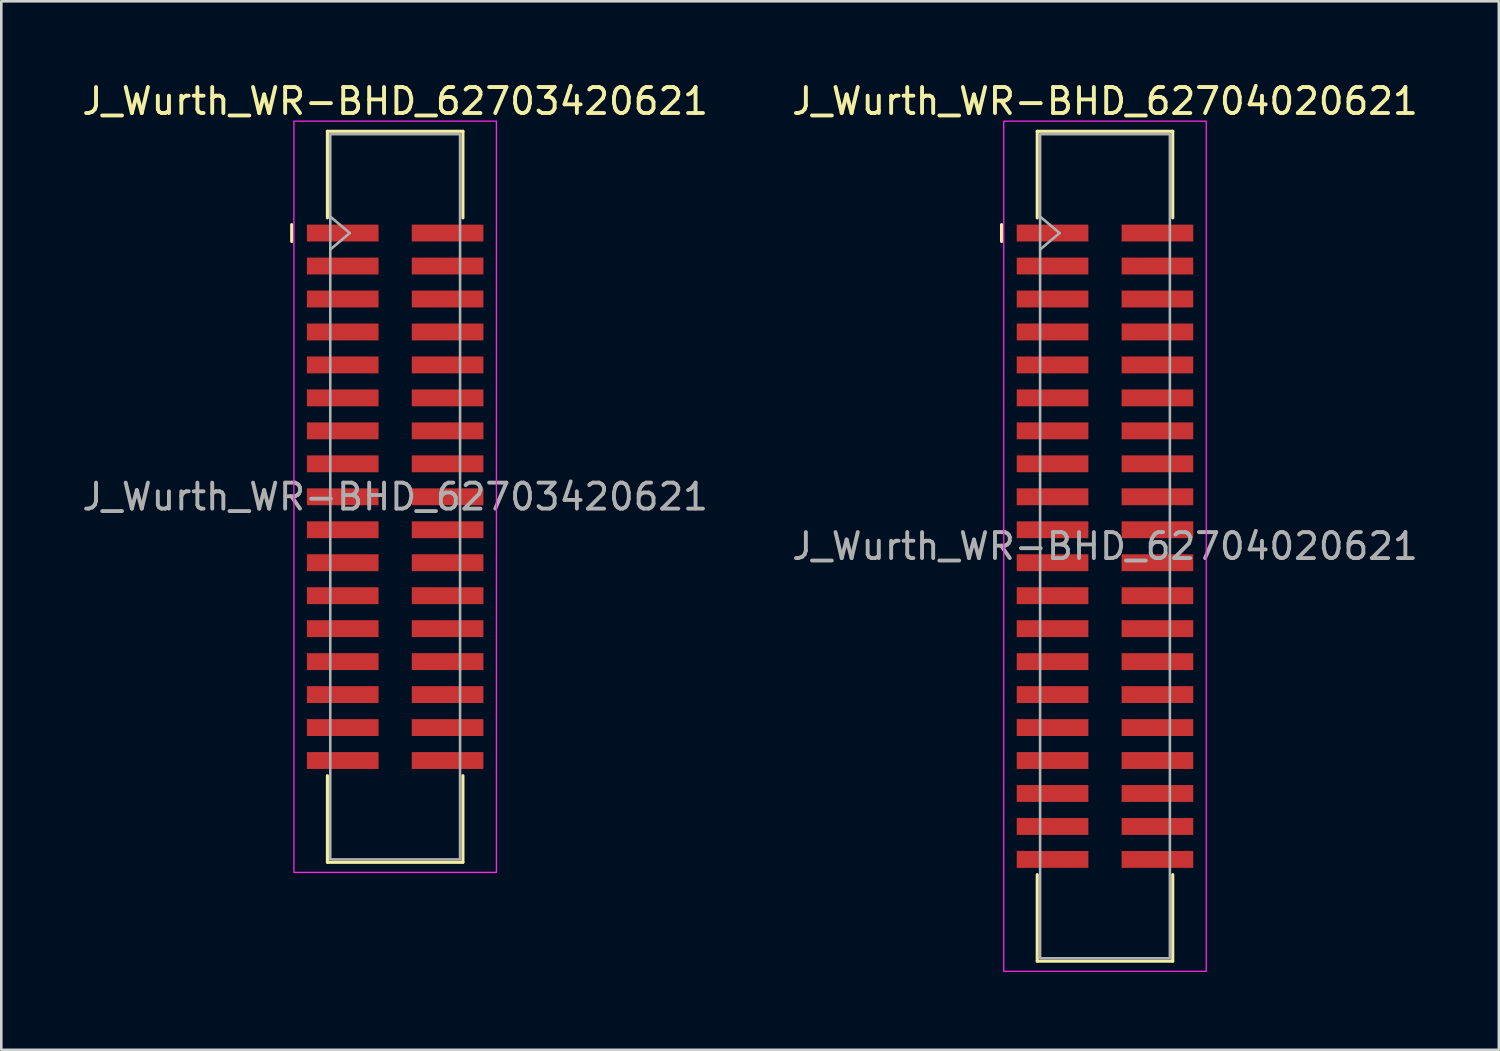
<source format=kicad_pcb>
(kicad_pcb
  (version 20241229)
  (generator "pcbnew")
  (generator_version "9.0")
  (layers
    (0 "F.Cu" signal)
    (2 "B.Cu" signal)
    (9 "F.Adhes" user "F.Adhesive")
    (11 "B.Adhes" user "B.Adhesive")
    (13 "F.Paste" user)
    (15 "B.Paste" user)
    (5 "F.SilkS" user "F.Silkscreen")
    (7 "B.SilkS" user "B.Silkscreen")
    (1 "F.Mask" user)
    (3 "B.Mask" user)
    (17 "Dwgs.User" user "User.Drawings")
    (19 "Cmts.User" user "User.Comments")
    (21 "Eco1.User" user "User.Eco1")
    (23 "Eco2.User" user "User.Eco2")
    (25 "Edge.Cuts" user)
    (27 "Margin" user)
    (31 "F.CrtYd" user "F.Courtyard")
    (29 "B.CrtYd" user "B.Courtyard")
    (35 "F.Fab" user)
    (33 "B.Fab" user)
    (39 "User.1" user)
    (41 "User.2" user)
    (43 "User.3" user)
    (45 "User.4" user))
  (footprint "J_Wurth_WR-BHD_62704020621"
    (layer "F.Cu")
    (at 39.518 17.993)
    (property "Reference" "J_Wurth_WR-BHD_62704020621" (at 0 -17.145 0) (unlocked yes) (layer "F.SilkS") (effects (font (size 1 1) (thickness 0.15))))
    (attr smd)
    (fp_line (start -3.985 -12.39) (end -3.985 -11.74) (stroke (width 0.12) (type solid)) (layer "F.SilkS"))
    (fp_line (start -2.61 -15.985) (end 2.61 -15.985) (stroke (width 0.12) (type default)) (layer "F.SilkS"))
    (fp_line (start -2.61 -12.65) (end -2.61 -15.985) (stroke (width 0.12) (type solid)) (layer "F.SilkS"))
    (fp_line (start -2.61 15.985) (end -2.61 12.65) (stroke (width 0.12) (type solid)) (layer "F.SilkS"))
    (fp_line (start 2.61 -12.65) (end 2.61 -15.985) (stroke (width 0.12) (type solid)) (layer "F.SilkS"))
    (fp_line (start 2.61 12.65) (end 2.61 15.985) (stroke (width 0.12) (type solid)) (layer "F.SilkS"))
    (fp_line (start 2.61 15.985) (end -2.61 15.985) (stroke (width 0.12) (type default)) (layer "F.SilkS"))
    (fp_rect (start -3.9 -16.375) (end 3.9 16.375) (stroke (width 0.05) (type solid)) (fill no) (layer "F.CrtYd"))
    (fp_line (start -1.75 -12.065) (end -2.5 -12.7) (stroke (width 0.1) (type solid)) (layer "F.Fab"))
    (fp_line (start -1.75 -12.065) (end -2.5 -11.43) (stroke (width 0.1) (type solid)) (layer "F.Fab"))
    (fp_rect (start -2.5 -15.875) (end 2.5 15.875) (stroke (width 0.1) (type solid)) (fill no) (layer "F.Fab"))
    (fp_text user "${REFERENCE}" (at 0 0 0) (unlocked yes) (layer "F.Fab") (effects (font (size 1 1) (thickness 0.15))))
    (pad "1" smd rect (at -2.02 -12.065 270) (size 0.65 2.76) (layers "F.Cu" "F.Mask" "F.Paste"))
    (pad "2" smd rect (at 2.02 -12.065 270) (size 0.65 2.76) (layers "F.Cu" "F.Mask" "F.Paste"))
    (pad "3" smd rect (at -2.02 -10.795 270) (size 0.65 2.76) (layers "F.Cu" "F.Mask" "F.Paste"))
    (pad "4" smd rect (at 2.02 -10.795 270) (size 0.65 2.76) (layers "F.Cu" "F.Mask" "F.Paste"))
    (pad "5" smd rect (at -2.02 -9.525 270) (size 0.65 2.76) (layers "F.Cu" "F.Mask" "F.Paste"))
    (pad "6" smd rect (at 2.02 -9.525 270) (size 0.65 2.76) (layers "F.Cu" "F.Mask" "F.Paste"))
    (pad "7" smd rect (at -2.02 -8.255 270) (size 0.65 2.76) (layers "F.Cu" "F.Mask" "F.Paste"))
    (pad "8" smd rect (at 2.02 -8.255 270) (size 0.65 2.76) (layers "F.Cu" "F.Mask" "F.Paste"))
    (pad "9" smd rect (at -2.02 -6.985 270) (size 0.65 2.76) (layers "F.Cu" "F.Mask" "F.Paste"))
    (pad "10" smd rect (at 2.02 -6.985 270) (size 0.65 2.76) (layers "F.Cu" "F.Mask" "F.Paste"))
    (pad "11" smd rect (at -2.02 -5.715 270) (size 0.65 2.76) (layers "F.Cu" "F.Mask" "F.Paste"))
    (pad "12" smd rect (at 2.02 -5.715 270) (size 0.65 2.76) (layers "F.Cu" "F.Mask" "F.Paste"))
    (pad "13" smd rect (at -2.02 -4.445 270) (size 0.65 2.76) (layers "F.Cu" "F.Mask" "F.Paste"))
    (pad "14" smd rect (at 2.02 -4.445 270) (size 0.65 2.76) (layers "F.Cu" "F.Mask" "F.Paste"))
    (pad "15" smd rect (at -2.02 -3.175 270) (size 0.65 2.76) (layers "F.Cu" "F.Mask" "F.Paste"))
    (pad "16" smd rect (at 2.02 -3.175 270) (size 0.65 2.76) (layers "F.Cu" "F.Mask" "F.Paste"))
    (pad "17" smd rect (at -2.02 -1.905 270) (size 0.65 2.76) (layers "F.Cu" "F.Mask" "F.Paste"))
    (pad "18" smd rect (at 2.02 -1.905 270) (size 0.65 2.76) (layers "F.Cu" "F.Mask" "F.Paste"))
    (pad "19" smd rect (at -2.02 -0.635 270) (size 0.65 2.76) (layers "F.Cu" "F.Mask" "F.Paste"))
    (pad "20" smd rect (at 2.02 -0.635 270) (size 0.65 2.76) (layers "F.Cu" "F.Mask" "F.Paste"))
    (pad "21" smd rect (at -2.02 0.635 270) (size 0.65 2.76) (layers "F.Cu" "F.Mask" "F.Paste"))
    (pad "22" smd rect (at 2.02 0.635 270) (size 0.65 2.76) (layers "F.Cu" "F.Mask" "F.Paste"))
    (pad "23" smd rect (at -2.02 1.905 270) (size 0.65 2.76) (layers "F.Cu" "F.Mask" "F.Paste"))
    (pad "24" smd rect (at 2.02 1.905 270) (size 0.65 2.76) (layers "F.Cu" "F.Mask" "F.Paste"))
    (pad "25" smd rect (at -2.02 3.175 270) (size 0.65 2.76) (layers "F.Cu" "F.Mask" "F.Paste"))
    (pad "26" smd rect (at 2.02 3.175 270) (size 0.65 2.76) (layers "F.Cu" "F.Mask" "F.Paste"))
    (pad "27" smd rect (at -2.02 4.445 270) (size 0.65 2.76) (layers "F.Cu" "F.Mask" "F.Paste"))
    (pad "28" smd rect (at 2.02 4.445 270) (size 0.65 2.76) (layers "F.Cu" "F.Mask" "F.Paste"))
    (pad "29" smd rect (at -2.02 5.715 270) (size 0.65 2.76) (layers "F.Cu" "F.Mask" "F.Paste"))
    (pad "30" smd rect (at 2.02 5.715 270) (size 0.65 2.76) (layers "F.Cu" "F.Mask" "F.Paste"))
    (pad "31" smd rect (at -2.02 6.985 270) (size 0.65 2.76) (layers "F.Cu" "F.Mask" "F.Paste"))
    (pad "32" smd rect (at 2.02 6.985 270) (size 0.65 2.76) (layers "F.Cu" "F.Mask" "F.Paste"))
    (pad "33" smd rect (at -2.02 8.255 270) (size 0.65 2.76) (layers "F.Cu" "F.Mask" "F.Paste"))
    (pad "34" smd rect (at 2.02 8.255 270) (size 0.65 2.76) (layers "F.Cu" "F.Mask" "F.Paste"))
    (pad "35" smd rect (at -2.02 9.525 270) (size 0.65 2.76) (layers "F.Cu" "F.Mask" "F.Paste"))
    (pad "36" smd rect (at 2.02 9.525 270) (size 0.65 2.76) (layers "F.Cu" "F.Mask" "F.Paste"))
    (pad "37" smd rect (at -2.02 10.795 270) (size 0.65 2.76) (layers "F.Cu" "F.Mask" "F.Paste"))
    (pad "38" smd rect (at 2.02 10.795 270) (size 0.65 2.76) (layers "F.Cu" "F.Mask" "F.Paste"))
    (pad "39" smd rect (at -2.02 12.065 270) (size 0.65 2.76) (layers "F.Cu" "F.Mask" "F.Paste"))
    (pad "40" smd rect (at 2.02 12.065 270) (size 0.65 2.76) (layers "F.Cu" "F.Mask" "F.Paste")))
  (footprint "J_Wurth_WR-BHD_62703420621"
    (layer "F.Cu")
    (at 12.173 16.088)
    (property "Reference" "J_Wurth_WR-BHD_62703420621" (at 0 -15.24 0) (unlocked yes) (layer "F.SilkS") (effects (font (size 1 1) (thickness 0.15))))
    (attr smd)
    (fp_line (start -3.985 -10.485) (end -3.985 -9.835) (stroke (width 0.12) (type solid)) (layer "F.SilkS"))
    (fp_line (start -2.61 -14.08) (end 2.61 -14.08) (stroke (width 0.12) (type default)) (layer "F.SilkS"))
    (fp_line (start -2.61 -10.745) (end -2.61 -14.08) (stroke (width 0.12) (type solid)) (layer "F.SilkS"))
    (fp_line (start -2.61 14.08) (end -2.61 10.745) (stroke (width 0.12) (type solid)) (layer "F.SilkS"))
    (fp_line (start 2.61 -10.745) (end 2.61 -14.08) (stroke (width 0.12) (type solid)) (layer "F.SilkS"))
    (fp_line (start 2.61 10.745) (end 2.61 14.08) (stroke (width 0.12) (type solid)) (layer "F.SilkS"))
    (fp_line (start 2.61 14.08) (end -2.61 14.08) (stroke (width 0.12) (type default)) (layer "F.SilkS"))
    (fp_rect (start -3.9 -14.47) (end 3.9 14.47) (stroke (width 0.05) (type solid)) (fill no) (layer "F.CrtYd"))
    (fp_line (start -1.75 -10.16) (end -2.5 -10.795) (stroke (width 0.1) (type solid)) (layer "F.Fab"))
    (fp_line (start -1.75 -10.16) (end -2.5 -9.525) (stroke (width 0.1) (type solid)) (layer "F.Fab"))
    (fp_rect (start -2.5 -13.97) (end 2.5 13.97) (stroke (width 0.1) (type solid)) (fill no) (layer "F.Fab"))
    (fp_text user "${REFERENCE}" (at 0 0 0) (unlocked yes) (layer "F.Fab") (effects (font (size 1 1) (thickness 0.15))))
    (pad "1" smd rect (at -2.02 -10.16 270) (size 0.65 2.76) (layers "F.Cu" "F.Mask" "F.Paste"))
    (pad "2" smd rect (at 2.02 -10.16 270) (size 0.65 2.76) (layers "F.Cu" "F.Mask" "F.Paste"))
    (pad "3" smd rect (at -2.02 -8.89 270) (size 0.65 2.76) (layers "F.Cu" "F.Mask" "F.Paste"))
    (pad "4" smd rect (at 2.02 -8.89 270) (size 0.65 2.76) (layers "F.Cu" "F.Mask" "F.Paste"))
    (pad "5" smd rect (at -2.02 -7.62 270) (size 0.65 2.76) (layers "F.Cu" "F.Mask" "F.Paste"))
    (pad "6" smd rect (at 2.02 -7.62 270) (size 0.65 2.76) (layers "F.Cu" "F.Mask" "F.Paste"))
    (pad "7" smd rect (at -2.02 -6.35 270) (size 0.65 2.76) (layers "F.Cu" "F.Mask" "F.Paste"))
    (pad "8" smd rect (at 2.02 -6.35 270) (size 0.65 2.76) (layers "F.Cu" "F.Mask" "F.Paste"))
    (pad "9" smd rect (at -2.02 -5.08 270) (size 0.65 2.76) (layers "F.Cu" "F.Mask" "F.Paste"))
    (pad "10" smd rect (at 2.02 -5.08 270) (size 0.65 2.76) (layers "F.Cu" "F.Mask" "F.Paste"))
    (pad "11" smd rect (at -2.02 -3.81 270) (size 0.65 2.76) (layers "F.Cu" "F.Mask" "F.Paste"))
    (pad "12" smd rect (at 2.02 -3.81 270) (size 0.65 2.76) (layers "F.Cu" "F.Mask" "F.Paste"))
    (pad "13" smd rect (at -2.02 -2.54 270) (size 0.65 2.76) (layers "F.Cu" "F.Mask" "F.Paste"))
    (pad "14" smd rect (at 2.02 -2.54 270) (size 0.65 2.76) (layers "F.Cu" "F.Mask" "F.Paste"))
    (pad "15" smd rect (at -2.02 -1.27 270) (size 0.65 2.76) (layers "F.Cu" "F.Mask" "F.Paste"))
    (pad "16" smd rect (at 2.02 -1.27 270) (size 0.65 2.76) (layers "F.Cu" "F.Mask" "F.Paste"))
    (pad "17" smd rect (at -2.02 0 270) (size 0.65 2.76) (layers "F.Cu" "F.Mask" "F.Paste"))
    (pad "18" smd rect (at 2.02 0 270) (size 0.65 2.76) (layers "F.Cu" "F.Mask" "F.Paste"))
    (pad "19" smd rect (at -2.02 1.27 270) (size 0.65 2.76) (layers "F.Cu" "F.Mask" "F.Paste"))
    (pad "20" smd rect (at 2.02 1.27 270) (size 0.65 2.76) (layers "F.Cu" "F.Mask" "F.Paste"))
    (pad "21" smd rect (at -2.02 2.54 270) (size 0.65 2.76) (layers "F.Cu" "F.Mask" "F.Paste"))
    (pad "22" smd rect (at 2.02 2.54 270) (size 0.65 2.76) (layers "F.Cu" "F.Mask" "F.Paste"))
    (pad "23" smd rect (at -2.02 3.81 270) (size 0.65 2.76) (layers "F.Cu" "F.Mask" "F.Paste"))
    (pad "24" smd rect (at 2.02 3.81 270) (size 0.65 2.76) (layers "F.Cu" "F.Mask" "F.Paste"))
    (pad "25" smd rect (at -2.02 5.08 270) (size 0.65 2.76) (layers "F.Cu" "F.Mask" "F.Paste"))
    (pad "26" smd rect (at 2.02 5.08 270) (size 0.65 2.76) (layers "F.Cu" "F.Mask" "F.Paste"))
    (pad "27" smd rect (at -2.02 6.35 270) (size 0.65 2.76) (layers "F.Cu" "F.Mask" "F.Paste"))
    (pad "28" smd rect (at 2.02 6.35 270) (size 0.65 2.76) (layers "F.Cu" "F.Mask" "F.Paste"))
    (pad "29" smd rect (at -2.02 7.62 270) (size 0.65 2.76) (layers "F.Cu" "F.Mask" "F.Paste"))
    (pad "30" smd rect (at 2.02 7.62 270) (size 0.65 2.76) (layers "F.Cu" "F.Mask" "F.Paste"))
    (pad "31" smd rect (at -2.02 8.89 270) (size 0.65 2.76) (layers "F.Cu" "F.Mask" "F.Paste"))
    (pad "32" smd rect (at 2.02 8.89 270) (size 0.65 2.76) (layers "F.Cu" "F.Mask" "F.Paste"))
    (pad "33" smd rect (at -2.02 10.16 270) (size 0.65 2.76) (layers "F.Cu" "F.Mask" "F.Paste"))
    (pad "34" smd rect (at 2.02 10.16 270) (size 0.65 2.76) (layers "F.Cu" "F.Mask" "F.Paste")))
  (gr_rect
    (start -3 -3)
    (end 54.69 37.393)
    (stroke (width 0.1) (type default))
    (fill no)
    (layer "Edge.Cuts")))
</source>
